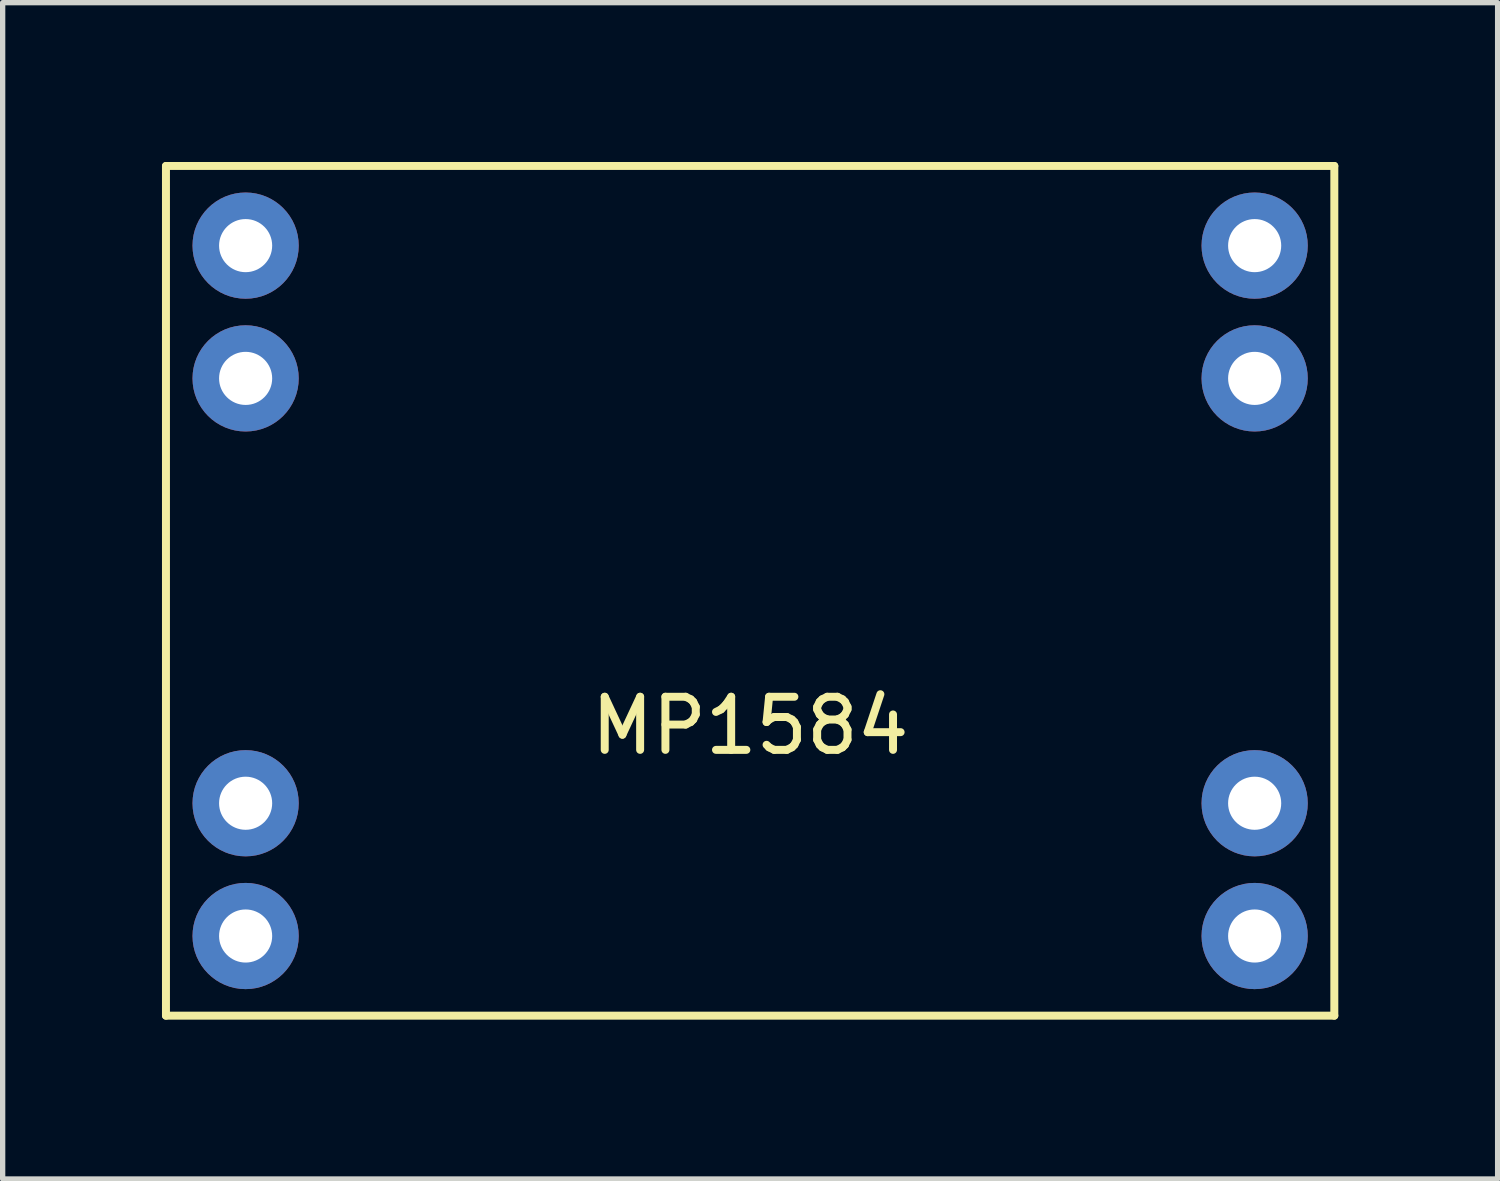
<source format=kicad_pcb>
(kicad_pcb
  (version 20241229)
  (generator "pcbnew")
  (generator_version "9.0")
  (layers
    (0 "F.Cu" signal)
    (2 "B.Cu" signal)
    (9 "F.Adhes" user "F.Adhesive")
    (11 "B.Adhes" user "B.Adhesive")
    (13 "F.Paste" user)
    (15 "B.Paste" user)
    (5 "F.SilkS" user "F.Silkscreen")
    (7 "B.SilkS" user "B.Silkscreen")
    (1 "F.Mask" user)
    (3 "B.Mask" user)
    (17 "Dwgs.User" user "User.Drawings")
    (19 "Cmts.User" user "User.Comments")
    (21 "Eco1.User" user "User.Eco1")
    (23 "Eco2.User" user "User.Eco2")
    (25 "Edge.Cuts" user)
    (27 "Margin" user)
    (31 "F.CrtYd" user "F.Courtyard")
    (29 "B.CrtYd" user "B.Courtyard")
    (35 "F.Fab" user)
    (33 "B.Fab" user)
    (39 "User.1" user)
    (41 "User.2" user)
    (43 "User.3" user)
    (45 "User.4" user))
  (footprint "MP1584"
    (layer "F.Cu")
    (at 11.075 8.075)
    (property "Reference" "MP1584" (at 0 2.54 0) (layer "F.SilkS") (effects (font (size 1 1) (thickness 0.15))))
    (attr through_hole)
    (fp_line (start -11 -8) (end -11 8) (stroke (width 0.15) (type solid)) (layer "F.SilkS"))
    (fp_line (start -11 8) (end 11 8) (stroke (width 0.15) (type solid)) (layer "F.SilkS"))
    (fp_line (start 11 -8) (end -11 -8) (stroke (width 0.15) (type solid)) (layer "F.SilkS"))
    (fp_line (start 11 8) (end 11 -8) (stroke (width 0.15) (type solid)) (layer "F.SilkS"))
    (pad "1" thru_hole circle (at -9.5 4) (size 2 2) (drill 1) (layers "*.Cu" "*.Mask"))
    (pad "1" thru_hole circle (at -9.5 6.5) (size 2 2) (drill 1) (layers "*.Cu" "*.Mask"))
    (pad "2" thru_hole circle (at -9.5 -6.5) (size 2 2) (drill 1) (layers "*.Cu" "*.Mask"))
    (pad "2" thru_hole circle (at -9.5 -4) (size 2 2) (drill 1) (layers "*.Cu" "*.Mask"))
    (pad "3" thru_hole circle (at 9.5 4) (size 2 2) (drill 1) (layers "*.Cu" "*.Mask"))
    (pad "3" thru_hole circle (at 9.5 6.5) (size 2 2) (drill 1) (layers "*.Cu" "*.Mask"))
    (pad "4" thru_hole circle (at 9.5 -6.5) (size 2 2) (drill 1) (layers "*.Cu" "*.Mask"))
    (pad "4" thru_hole circle (at 9.5 -4) (size 2 2) (drill 1) (layers "*.Cu" "*.Mask")))
  (gr_rect
    (start -3 -3)
    (end 25.15 19.15)
    (stroke (width 0.1) (type default))
    (fill no)
    (layer "Edge.Cuts")))
</source>
